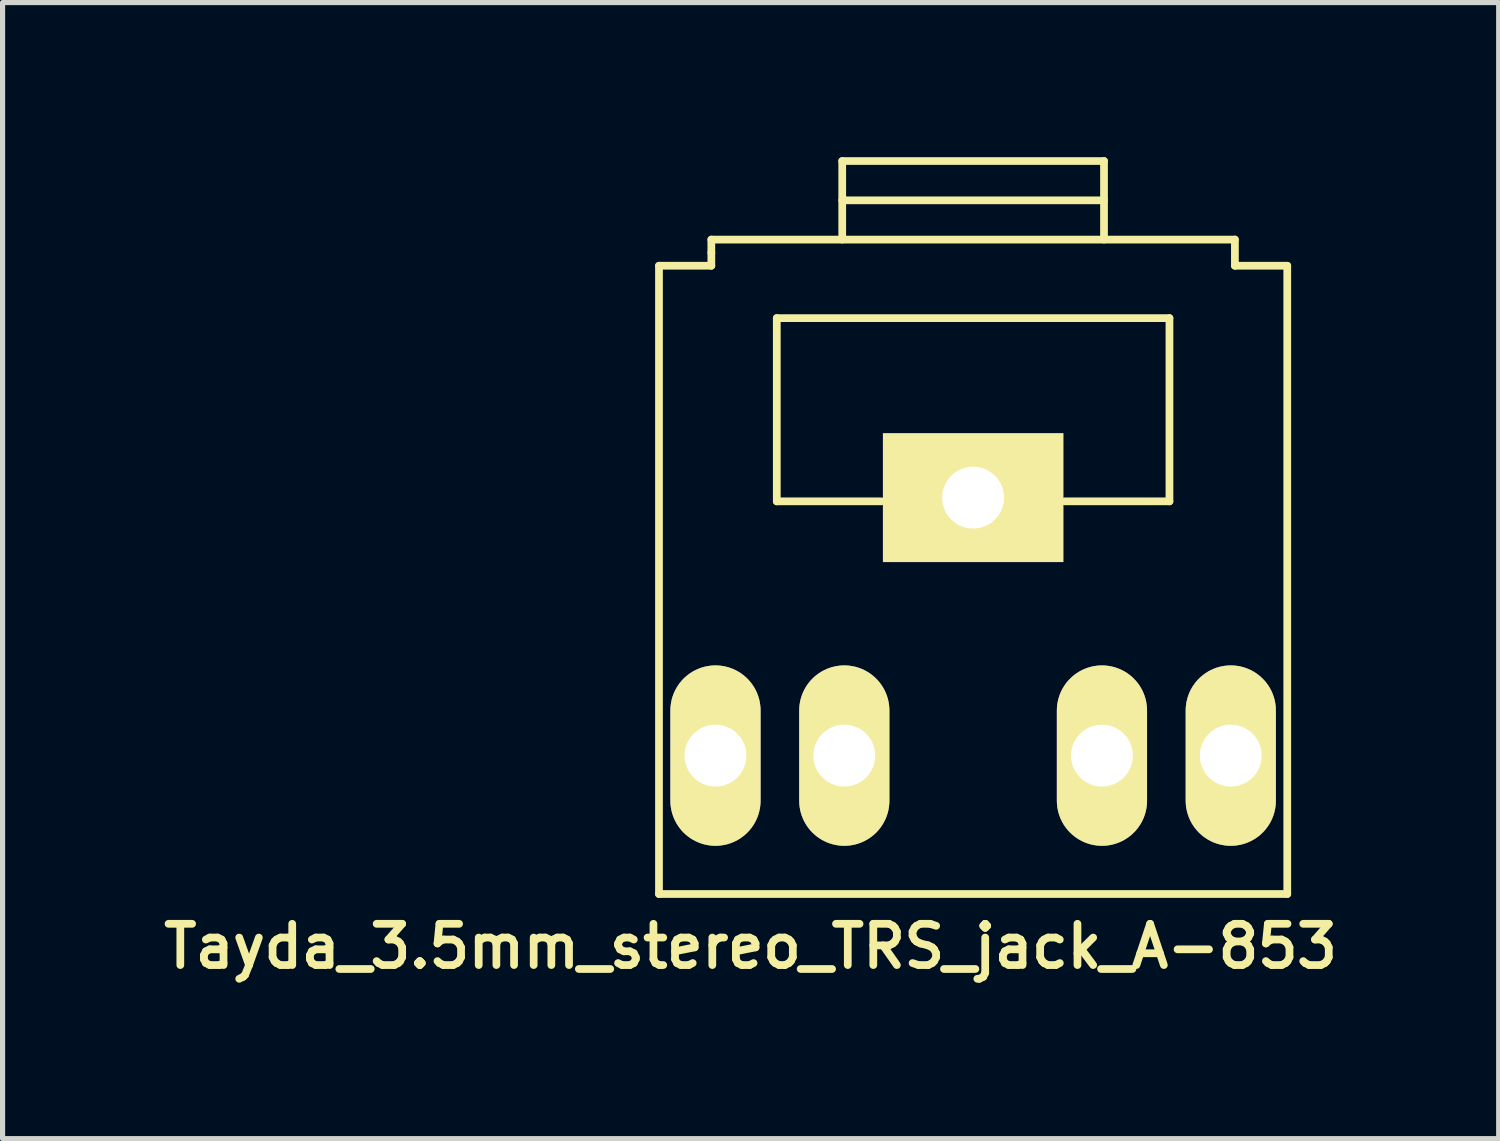
<source format=kicad_pcb>
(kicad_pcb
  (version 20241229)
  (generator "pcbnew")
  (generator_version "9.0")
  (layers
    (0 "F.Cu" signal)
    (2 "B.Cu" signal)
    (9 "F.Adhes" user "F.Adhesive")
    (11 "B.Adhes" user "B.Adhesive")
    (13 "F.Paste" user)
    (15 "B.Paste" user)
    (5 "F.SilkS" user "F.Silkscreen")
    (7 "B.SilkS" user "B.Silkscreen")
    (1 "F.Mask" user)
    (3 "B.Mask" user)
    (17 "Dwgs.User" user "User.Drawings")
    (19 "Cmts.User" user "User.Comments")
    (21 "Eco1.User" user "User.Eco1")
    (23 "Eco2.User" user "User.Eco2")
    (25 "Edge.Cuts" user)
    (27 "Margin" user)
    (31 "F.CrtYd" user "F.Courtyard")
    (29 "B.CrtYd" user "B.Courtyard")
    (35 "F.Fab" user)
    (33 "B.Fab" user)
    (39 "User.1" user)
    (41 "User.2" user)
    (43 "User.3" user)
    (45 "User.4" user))
  (footprint "Tayda_3.5mm_stereo_TRS_jack_A-853"
    (layer "F.Cu")
    (at 15.834 8.203)
    (property "Reference" "Tayda_3.5mm_stereo_TRS_jack_A-853" (at -4.318 7.112 0) (layer "F.SilkS") (effects (font (size 0.8 0.8) (thickness 0.15))))
    (attr through_hole)
    (fp_line (start -6.096 6.096) (end -6.096 -6.096) (stroke (width 0.15) (type solid)) (layer "F.SilkS"))
    (fp_line (start -5.08 -6.604) (end 5.08 -6.604) (stroke (width 0.15) (type solid)) (layer "F.SilkS"))
    (fp_line (start -5.08 -6.35) (end -5.08 -6.604) (stroke (width 0.15) (type solid)) (layer "F.SilkS"))
    (fp_line (start -5.08 -6.096) (end -6.096 -6.096) (stroke (width 0.15) (type solid)) (layer "F.SilkS"))
    (fp_line (start -5.08 -6.096) (end -5.08 -6.35) (stroke (width 0.15) (type solid)) (layer "F.SilkS"))
    (fp_line (start -3.81 -5.08) (end 3.81 -5.08) (stroke (width 0.15) (type solid)) (layer "F.SilkS"))
    (fp_line (start -3.81 -1.524) (end -3.81 -5.08) (stroke (width 0.15) (type solid)) (layer "F.SilkS"))
    (fp_line (start -2.54 -8.128) (end -2.54 -6.604) (stroke (width 0.15) (type solid)) (layer "F.SilkS"))
    (fp_line (start -2.54 -8.128) (end 2.54 -8.128) (stroke (width 0.15) (type solid)) (layer "F.SilkS"))
    (fp_line (start -2.54 -7.366) (end 2.54 -7.366) (stroke (width 0.15) (type solid)) (layer "F.SilkS"))
    (fp_line (start -1.778 -1.524) (end -3.81 -1.524) (stroke (width 0.15) (type solid)) (layer "F.SilkS"))
    (fp_line (start 2.54 -6.604) (end 2.54 -8.128) (stroke (width 0.15) (type solid)) (layer "F.SilkS"))
    (fp_line (start 3.81 -5.08) (end 3.81 -1.524) (stroke (width 0.15) (type solid)) (layer "F.SilkS"))
    (fp_line (start 3.81 -1.524) (end 1.778 -1.524) (stroke (width 0.15) (type solid)) (layer "F.SilkS"))
    (fp_line (start 5.08 -6.604) (end 5.08 -6.096) (stroke (width 0.15) (type solid)) (layer "F.SilkS"))
    (fp_line (start 6.096 -6.096) (end 5.08 -6.096) (stroke (width 0.15) (type solid)) (layer "F.SilkS"))
    (fp_line (start 6.096 -6.096) (end 6.096 6.096) (stroke (width 0.15) (type solid)) (layer "F.SilkS"))
    (fp_line (start 6.096 6.096) (end -6.096 6.096) (stroke (width 0.15) (type solid)) (layer "F.SilkS"))
    (pad "4" thru_hole oval (at 2.5 3.41) (size 1.75 3.5) (drill 1.2) (layers "*.Cu" "*.Mask" "F.SilkS"))
    (pad "5" thru_hole oval (at -2.5 3.41) (size 1.75 3.5) (drill 1.2) (layers "*.Cu" "*.Mask" "F.SilkS"))
    (pad "R" thru_hole oval (at 5 3.41) (size 1.75 3.5) (drill 1.2) (layers "*.Cu" "*.Mask" "F.SilkS"))
    (pad "S" thru_hole rect (at 0 -1.596) (size 3.5 2.5) (drill 1.2) (layers "*.Cu" "*.Mask" "F.SilkS"))
    (pad "T" thru_hole oval (at -5 3.41) (size 1.75 3.5) (drill 1.2) (layers "*.Cu" "*.Mask" "F.SilkS")))
  (gr_rect
    (start -3 -3)
    (end 26.033 19.046)
    (stroke (width 0.1) (type default))
    (fill no)
    (layer "Edge.Cuts")))
</source>
